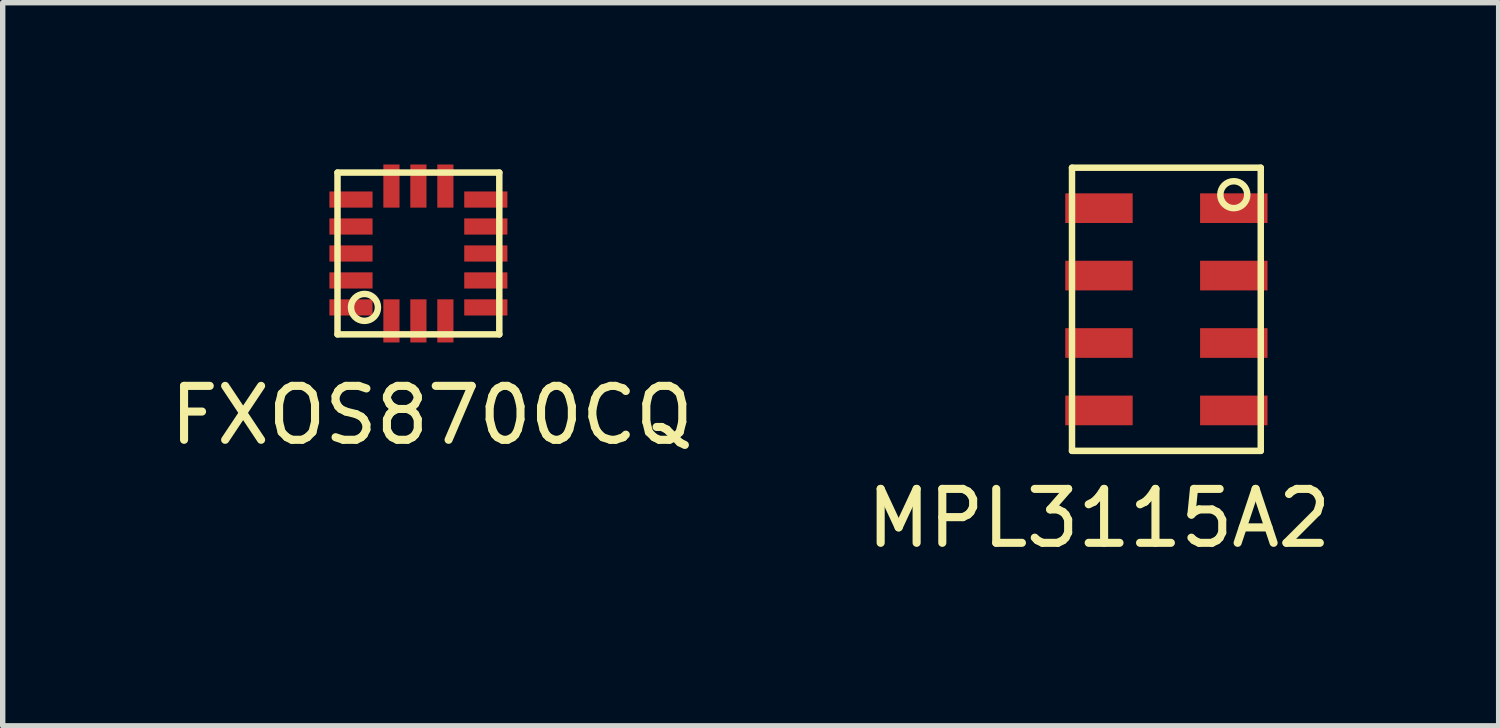
<source format=kicad_pcb>
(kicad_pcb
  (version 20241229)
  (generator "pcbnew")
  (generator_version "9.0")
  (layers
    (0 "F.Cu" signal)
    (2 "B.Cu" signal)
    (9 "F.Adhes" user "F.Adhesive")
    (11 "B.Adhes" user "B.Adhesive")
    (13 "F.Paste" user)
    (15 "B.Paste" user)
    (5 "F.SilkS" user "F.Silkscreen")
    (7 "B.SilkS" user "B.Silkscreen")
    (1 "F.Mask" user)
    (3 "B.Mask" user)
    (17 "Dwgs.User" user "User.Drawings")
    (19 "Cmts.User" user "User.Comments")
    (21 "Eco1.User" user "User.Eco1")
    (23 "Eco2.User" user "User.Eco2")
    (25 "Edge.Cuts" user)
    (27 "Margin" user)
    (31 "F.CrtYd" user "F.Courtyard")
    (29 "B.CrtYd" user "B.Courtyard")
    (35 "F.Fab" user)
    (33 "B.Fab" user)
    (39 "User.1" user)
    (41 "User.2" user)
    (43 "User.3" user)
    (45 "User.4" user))
  (footprint "MPL3115A2"
    (layer "F.Cu")
    (at 18.577 2.56)
    (property "Reference" "MPL3115A2" (at -1.25 4 0) (layer "F.SilkS") (effects (font (size 1 1) (thickness 0.15))))
    (attr through_hole)
    (fp_line (start -1.75 -2.5) (end 1.75 -2.5) (stroke (width 0.12) (type solid)) (layer "F.SilkS"))
    (fp_line (start -1.75 2.75) (end -1.75 -2.5) (stroke (width 0.12) (type solid)) (layer "F.SilkS"))
    (fp_line (start 1.75 -2.5) (end 1.75 2.75) (stroke (width 0.12) (type solid)) (layer "F.SilkS"))
    (fp_line (start 1.75 2.75) (end -1.75 2.75) (stroke (width 0.12) (type solid)) (layer "F.SilkS"))
    (fp_circle (center 1.25 -2) (end 1 -2) (stroke (width 0.12) (type solid)) (fill no) (layer "F.SilkS"))
    (pad "1" smd rect (at 1.25 -1.75) (size 1.25 0.55) (layers "F.Cu" "F.Mask" "F.Paste"))
    (pad "2" smd rect (at 1.25 -0.5) (size 1.25 0.55) (layers "F.Cu" "F.Mask" "F.Paste"))
    (pad "3" smd rect (at 1.25 0.75) (size 1.25 0.55) (layers "F.Cu" "F.Mask" "F.Paste"))
    (pad "4" smd rect (at 1.25 2) (size 1.25 0.55) (layers "F.Cu" "F.Mask" "F.Paste"))
    (pad "5" smd rect (at -1.25 2) (size 1.25 0.55) (layers "F.Cu" "F.Mask" "F.Paste"))
    (pad "6" smd rect (at -1.25 0.75) (size 1.25 0.55) (layers "F.Cu" "F.Mask" "F.Paste"))
    (pad "7" smd rect (at -1.25 -0.5) (size 1.25 0.55) (layers "F.Cu" "F.Mask" "F.Paste"))
    (pad "8" smd rect (at -1.25 -1.75) (size 1.25 0.55) (layers "F.Cu" "F.Mask" "F.Paste")))
  (footprint "FXOS8700CQ"
    (layer "F.Cu")
    (at 4.708 1.65)
    (property "Reference" "FXOS8700CQ" (at 0.25 3 0) (layer "F.SilkS") (effects (font (size 1 1) (thickness 0.15))))
    (attr through_hole)
    (fp_line (start -1.5 -1.5) (end 1.5 -1.5) (stroke (width 0.12) (type solid)) (layer "F.SilkS"))
    (fp_line (start -1.5 1.5) (end -1.5 -1.5) (stroke (width 0.12) (type solid)) (layer "F.SilkS"))
    (fp_line (start 1.5 -1.5) (end 1.5 1.5) (stroke (width 0.12) (type solid)) (layer "F.SilkS"))
    (fp_line (start 1.5 1.5) (end -1.5 1.5) (stroke (width 0.12) (type solid)) (layer "F.SilkS"))
    (fp_circle (center -1 1) (end -1.25 1) (stroke (width 0.12) (type solid)) (fill no) (layer "F.SilkS"))
    (pad "1" smd rect (at -1.25 1) (size 0.8 0.3) (layers "F.Cu" "F.Mask" "F.Paste"))
    (pad "2" smd rect (at -1.25 0.5) (size 0.8 0.3) (layers "F.Cu" "F.Mask" "F.Paste"))
    (pad "3" smd rect (at -1.25 0) (size 0.8 0.3) (layers "F.Cu" "F.Mask" "F.Paste"))
    (pad "4" smd rect (at -1.25 -0.5) (size 0.8 0.3) (layers "F.Cu" "F.Mask" "F.Paste"))
    (pad "5" smd rect (at -1.25 -1) (size 0.8 0.3) (layers "F.Cu" "F.Mask" "F.Paste"))
    (pad "6" smd rect (at -0.5 -1.25 90) (size 0.8 0.3) (layers "F.Cu" "F.Mask" "F.Paste"))
    (pad "7" smd rect (at 0 -1.25 90) (size 0.8 0.3) (layers "F.Cu" "F.Mask" "F.Paste"))
    (pad "8" smd rect (at 0.5 -1.25 90) (size 0.8 0.3) (layers "F.Cu" "F.Mask" "F.Paste"))
    (pad "9" smd rect (at 1.25 -1 180) (size 0.8 0.3) (layers "F.Cu" "F.Mask" "F.Paste"))
    (pad "10" smd rect (at 1.25 -0.5 180) (size 0.8 0.3) (layers "F.Cu" "F.Mask" "F.Paste"))
    (pad "11" smd rect (at 1.25 0 180) (size 0.8 0.3) (layers "F.Cu" "F.Mask" "F.Paste"))
    (pad "12" smd rect (at 1.25 0.5 180) (size 0.8 0.3) (layers "F.Cu" "F.Mask" "F.Paste"))
    (pad "13" smd rect (at 1.25 1 180) (size 0.8 0.3) (layers "F.Cu" "F.Mask" "F.Paste"))
    (pad "14" smd rect (at 0.5 1.25 270) (size 0.8 0.3) (layers "F.Cu" "F.Mask" "F.Paste"))
    (pad "15" smd rect (at 0 1.25 270) (size 0.8 0.3) (layers "F.Cu" "F.Mask" "F.Paste"))
    (pad "16" smd rect (at -0.5 1.25 270) (size 0.8 0.3) (layers "F.Cu" "F.Mask" "F.Paste")))
  (gr_rect
    (start -3 -3)
    (end 24.738 10.408)
    (stroke (width 0.1) (type default))
    (fill no)
    (layer "Edge.Cuts")))
</source>
